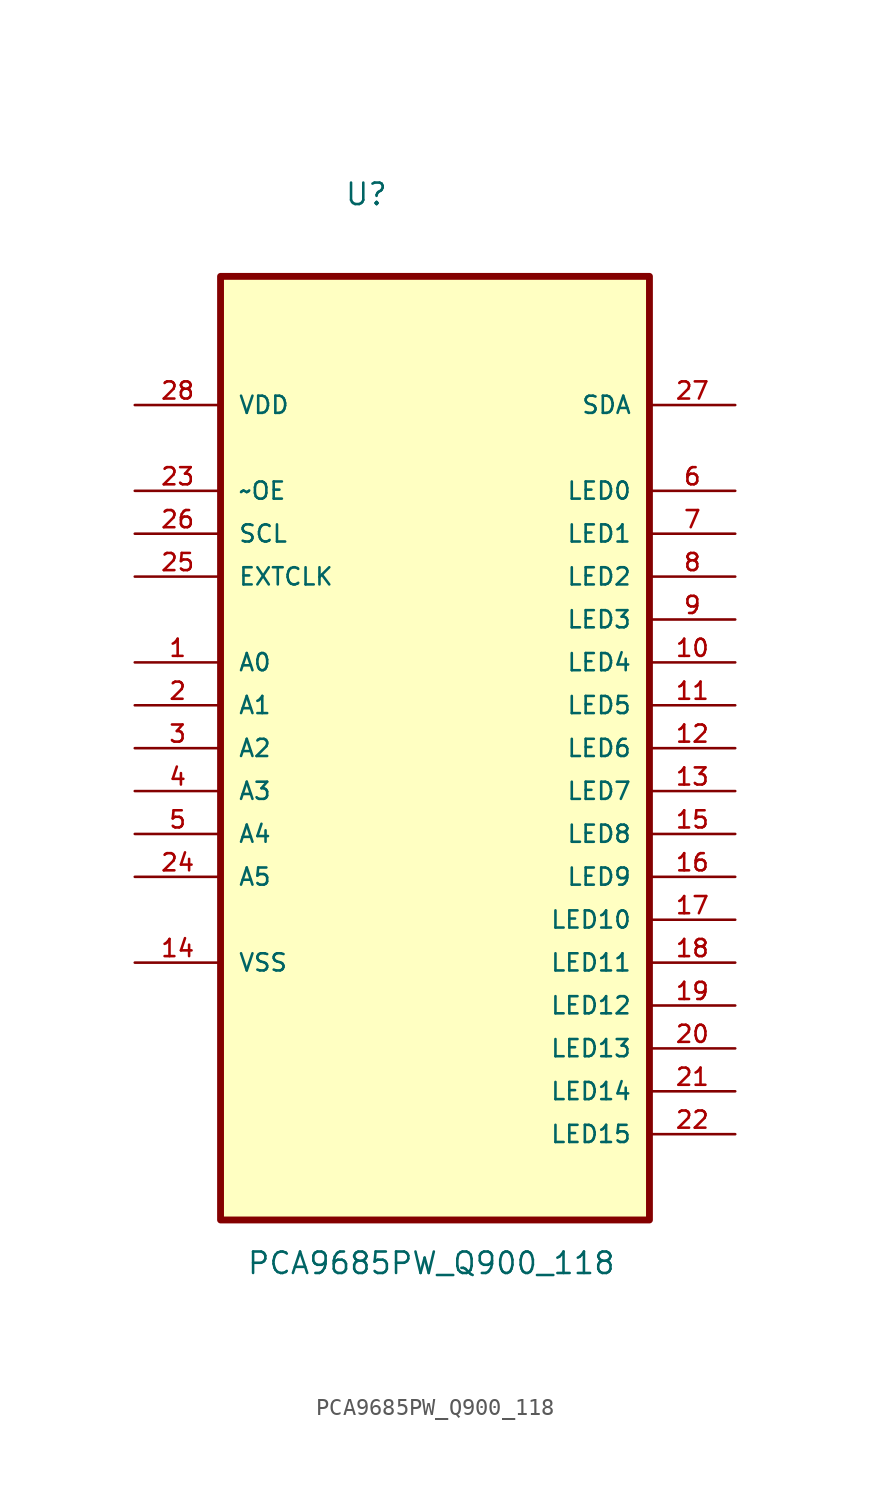
<source format=kicad_sym>
(kicad_symbol_lib
  (version 20241209)
  (generator "kicad_symbol_editor")
  (generator_version "9.0")
  (symbol "PCA9685PW_Q900_118"
    (pin_names
      (offset 1.016))
    (property "Reference" "U"
      (at -5.375 29.521 0)
      (effects (font (size 1.27 1.27)) (justify left bottom)))
    (property "Value" "PCA9685PW_Q900_118"
      (at -11.176 -33.782 0)
      (effects (font (size 1.27 1.27)) (justify left bottom)))
    (symbol "PCA9685PW_Q900_118_0_0"
      (rectangle (start -12.7 25.4) (end 12.7 -30.48) (stroke (width 0.406) (type default)) (fill (type background)))
      (pin power_in line (at -17.78 17.78 0) (length 5.08) (name "VDD" (effects (font (size 1.016 1.016)))) (number "28" (effects (font (size 1.016 1.016)))))
      (pin input line (at -17.78 12.7 0) (length 5.08) (name "~OE" (effects (font (size 1.016 1.016)))) (number "23" (effects (font (size 1.016 1.016)))))
      (pin input line (at -17.78 10.16 0) (length 5.08) (name "SCL" (effects (font (size 1.016 1.016)))) (number "26" (effects (font (size 1.016 1.016)))))
      (pin input line (at -17.78 7.62 0) (length 5.08) (name "EXTCLK" (effects (font (size 1.016 1.016)))) (number "25" (effects (font (size 1.016 1.016)))))
      (pin input line (at -17.78 2.54 0) (length 5.08) (name "A0" (effects (font (size 1.016 1.016)))) (number "1" (effects (font (size 1.016 1.016)))))
      (pin input line (at -17.78 0 0) (length 5.08) (name "A1" (effects (font (size 1.016 1.016)))) (number "2" (effects (font (size 1.016 1.016)))))
      (pin input line (at -17.78 -2.54 0) (length 5.08) (name "A2" (effects (font (size 1.016 1.016)))) (number "3" (effects (font (size 1.016 1.016)))))
      (pin input line (at -17.78 -5.08 0) (length 5.08) (name "A3" (effects (font (size 1.016 1.016)))) (number "4" (effects (font (size 1.016 1.016)))))
      (pin input line (at -17.78 -7.62 0) (length 5.08) (name "A4" (effects (font (size 1.016 1.016)))) (number "5" (effects (font (size 1.016 1.016)))))
      (pin input line (at -17.78 -10.16 0) (length 5.08) (name "A5" (effects (font (size 1.016 1.016)))) (number "24" (effects (font (size 1.016 1.016)))))
      (pin passive line (at -17.78 -15.24 0) (length 5.08) (name "VSS" (effects (font (size 1.016 1.016)))) (number "14" (effects (font (size 1.016 1.016)))))
      (pin bidirectional line (at 17.78 17.78 180) (length 5.08) (name "SDA" (effects (font (size 1.016 1.016)))) (number "27" (effects (font (size 1.016 1.016)))))
      (pin output line (at 17.78 12.7 180) (length 5.08) (name "LED0" (effects (font (size 1.016 1.016)))) (number "6" (effects (font (size 1.016 1.016)))))
      (pin output line (at 17.78 10.16 180) (length 5.08) (name "LED1" (effects (font (size 1.016 1.016)))) (number "7" (effects (font (size 1.016 1.016)))))
      (pin output line (at 17.78 7.62 180) (length 5.08) (name "LED2" (effects (font (size 1.016 1.016)))) (number "8" (effects (font (size 1.016 1.016)))))
      (pin output line (at 17.78 5.08 180) (length 5.08) (name "LED3" (effects (font (size 1.016 1.016)))) (number "9" (effects (font (size 1.016 1.016)))))
      (pin output line (at 17.78 2.54 180) (length 5.08) (name "LED4" (effects (font (size 1.016 1.016)))) (number "10" (effects (font (size 1.016 1.016)))))
      (pin output line (at 17.78 0 180) (length 5.08) (name "LED5" (effects (font (size 1.016 1.016)))) (number "11" (effects (font (size 1.016 1.016)))))
      (pin output line (at 17.78 -2.54 180) (length 5.08) (name "LED6" (effects (font (size 1.016 1.016)))) (number "12" (effects (font (size 1.016 1.016)))))
      (pin output line (at 17.78 -5.08 180) (length 5.08) (name "LED7" (effects (font (size 1.016 1.016)))) (number "13" (effects (font (size 1.016 1.016)))))
      (pin output line (at 17.78 -7.62 180) (length 5.08) (name "LED8" (effects (font (size 1.016 1.016)))) (number "15" (effects (font (size 1.016 1.016)))))
      (pin output line (at 17.78 -10.16 180) (length 5.08) (name "LED9" (effects (font (size 1.016 1.016)))) (number "16" (effects (font (size 1.016 1.016)))))
      (pin output line (at 17.78 -12.7 180) (length 5.08) (name "LED10" (effects (font (size 1.016 1.016)))) (number "17" (effects (font (size 1.016 1.016)))))
      (pin output line (at 17.78 -15.24 180) (length 5.08) (name "LED11" (effects (font (size 1.016 1.016)))) (number "18" (effects (font (size 1.016 1.016)))))
      (pin output line (at 17.78 -17.78 180) (length 5.08) (name "LED12" (effects (font (size 1.016 1.016)))) (number "19" (effects (font (size 1.016 1.016)))))
      (pin output line (at 17.78 -20.32 180) (length 5.08) (name "LED13" (effects (font (size 1.016 1.016)))) (number "20" (effects (font (size 1.016 1.016)))))
      (pin output line (at 17.78 -22.86 180) (length 5.08) (name "LED14" (effects (font (size 1.016 1.016)))) (number "21" (effects (font (size 1.016 1.016)))))
      (pin output line (at 17.78 -25.4 180) (length 5.08) (name "LED15" (effects (font (size 1.016 1.016)))) (number "22" (effects (font (size 1.016 1.016))))))))
</source>
